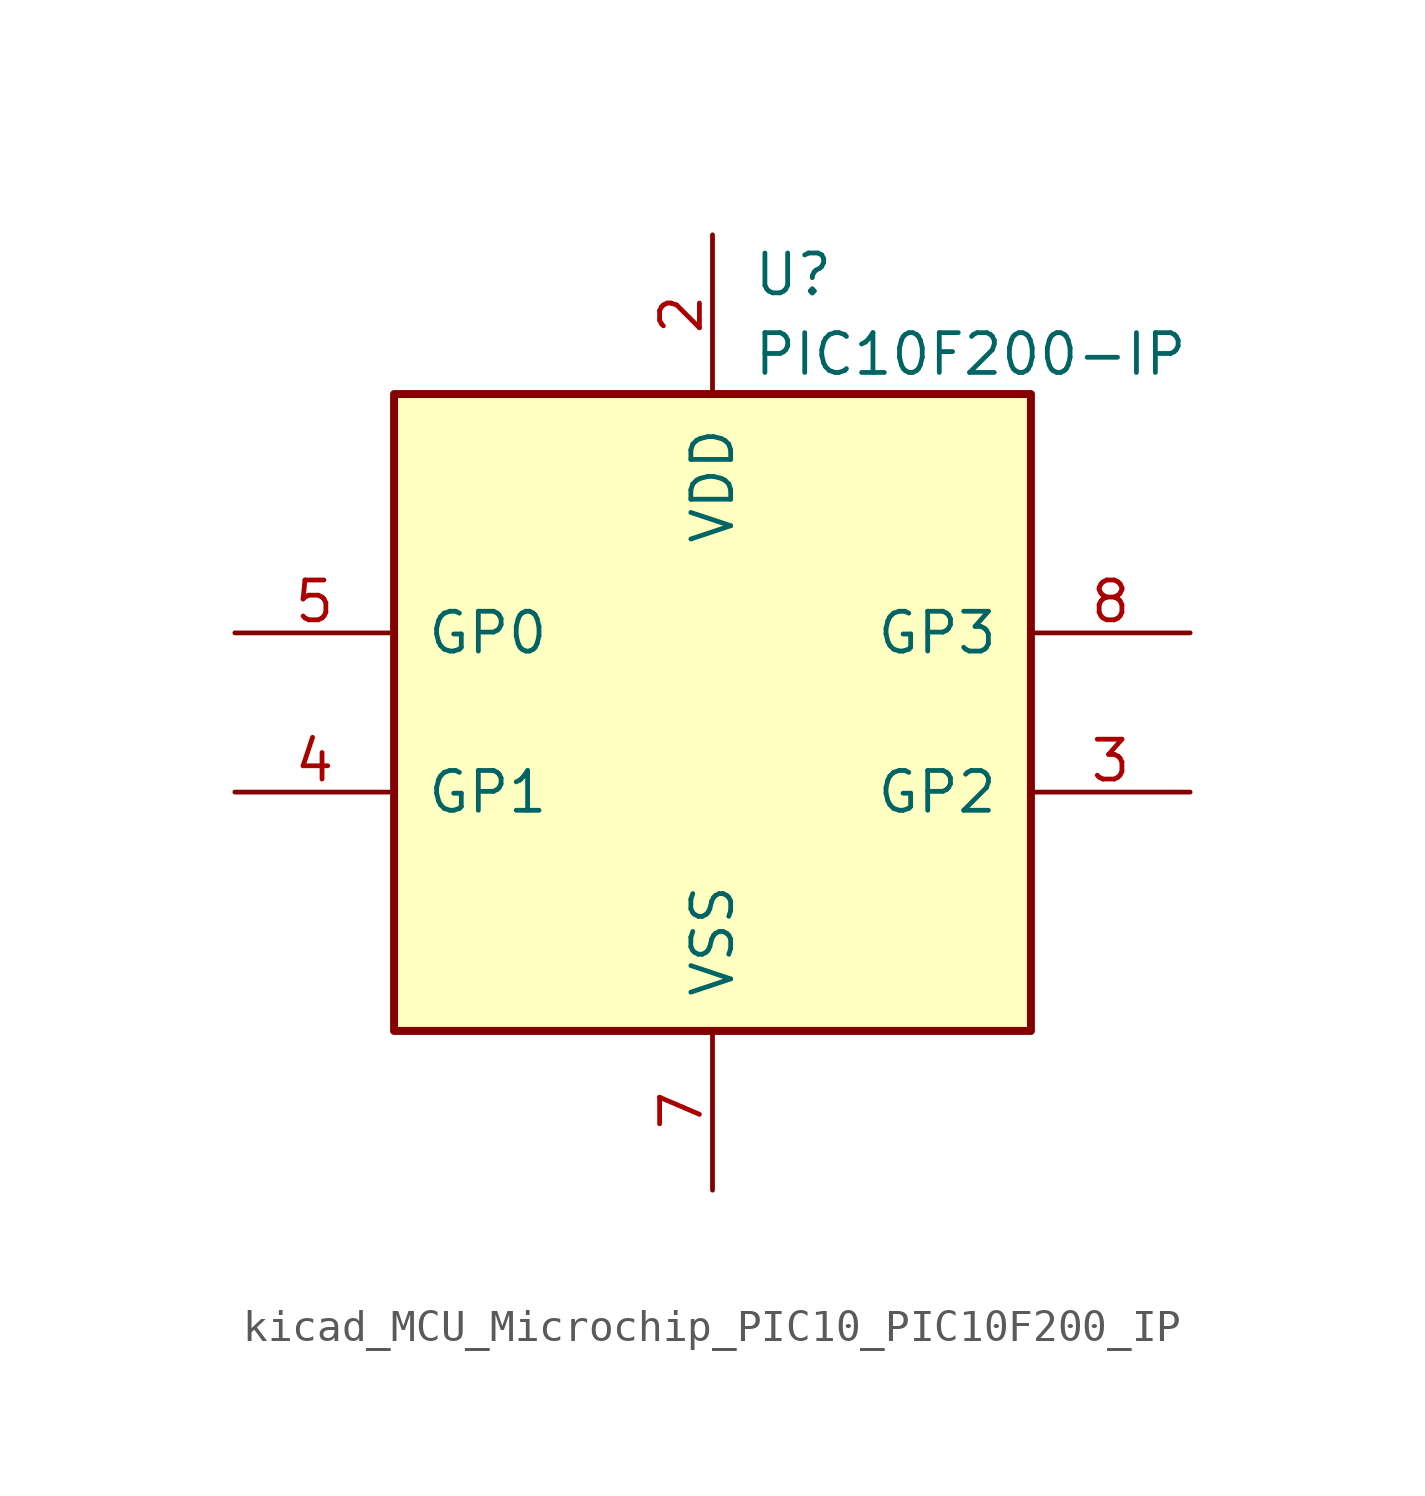
<source format=kicad_sym>
(kicad_symbol_lib
  (version 20220914)
  (generator kicad_symbol_editor)
  (symbol "kicad_MCU_Microchip_PIC10_PIC10F200_IP"
    (pin_names
      (offset 1.016))
    (property "Reference" "U"
      (at 1.27 13.97 0)
      (effects (font (size 1.27 1.27)) (justify left)))
    (property "Value" "PIC10F200-IP"
      (at 1.27 11.43 0)
      (effects (font (size 1.27 1.27)) (justify left)))
    (symbol "kicad_MCU_Microchip_PIC10_PIC10F200_IP_0_1"
      (rectangle (start -10.16 10.16) (end 10.16 -10.16) (stroke (width 0.254) (type default)) (fill (type background))))
    (symbol "kicad_MCU_Microchip_PIC10_PIC10F200_IP_1_1"
      (pin power_in line (at 0 15.24 270) (length 5.08) (name "VDD" (effects (font (size 1.27 1.27)))) (number "2" (effects (font (size 1.27 1.27)))))
      (pin bidirectional line (at 15.24 -2.54 180) (length 5.08) (name "GP2" (effects (font (size 1.27 1.27)))) (number "3" (effects (font (size 1.27 1.27)))))
      (pin bidirectional line (at -15.24 -2.54 0) (length 5.08) (name "GP1" (effects (font (size 1.27 1.27)))) (number "4" (effects (font (size 1.27 1.27)))))
      (pin bidirectional line (at -15.24 2.54 0) (length 5.08) (name "GP0" (effects (font (size 1.27 1.27)))) (number "5" (effects (font (size 1.27 1.27)))))
      (pin power_in line (at 0 -15.24 90) (length 5.08) (name "VSS" (effects (font (size 1.27 1.27)))) (number "7" (effects (font (size 1.27 1.27)))))
      (pin input line (at 15.24 2.54 180) (length 5.08) (name "GP3" (effects (font (size 1.27 1.27)))) (number "8" (effects (font (size 1.27 1.27))))))))
</source>
